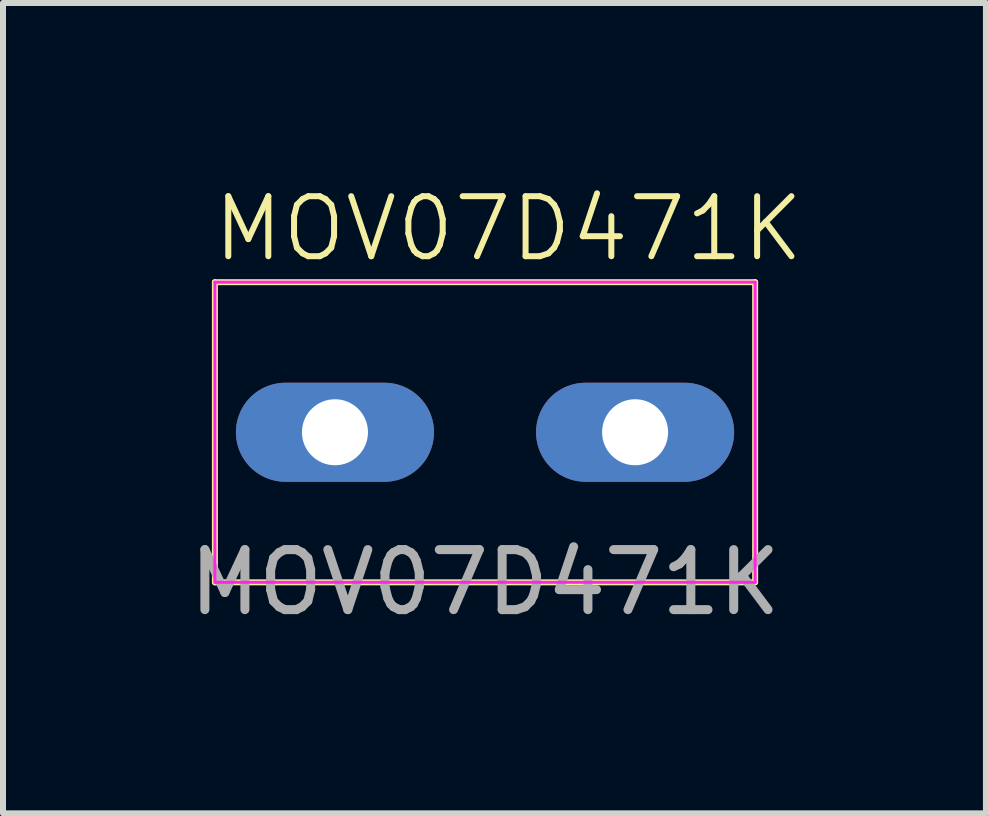
<source format=kicad_pcb>
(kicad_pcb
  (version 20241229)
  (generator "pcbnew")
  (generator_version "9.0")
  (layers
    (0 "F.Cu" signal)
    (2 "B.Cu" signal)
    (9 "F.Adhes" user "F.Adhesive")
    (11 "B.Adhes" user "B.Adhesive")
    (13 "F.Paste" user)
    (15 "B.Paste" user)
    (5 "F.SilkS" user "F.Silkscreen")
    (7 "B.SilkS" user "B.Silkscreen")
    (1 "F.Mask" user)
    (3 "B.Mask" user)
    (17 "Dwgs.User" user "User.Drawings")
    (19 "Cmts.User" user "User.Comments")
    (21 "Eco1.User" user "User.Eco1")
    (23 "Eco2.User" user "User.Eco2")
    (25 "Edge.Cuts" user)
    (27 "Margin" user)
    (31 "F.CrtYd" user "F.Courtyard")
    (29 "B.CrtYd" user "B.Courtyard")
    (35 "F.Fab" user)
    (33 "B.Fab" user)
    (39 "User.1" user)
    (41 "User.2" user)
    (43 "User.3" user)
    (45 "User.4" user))
  (footprint "MOV07D471K"
    (layer "F.Cu")
    (at 5.03 4.151)
    (property "Reference" "MOV07D471K" (at 0.39 -3.39 0) (unlocked yes) (layer "F.SilkS") (effects (font (size 1 1) (thickness 0.1))))
    (attr through_hole)
    (fp_line (start -4.5 -2.5) (end 4.5 -2.5) (stroke (width 0.1) (type solid)) (layer "F.SilkS"))
    (fp_line (start -4.5 2.5) (end -4.5 -2.5) (stroke (width 0.1) (type solid)) (layer "F.SilkS"))
    (fp_line (start 4.5 -2.5) (end 4.5 2.5) (stroke (width 0.1) (type solid)) (layer "F.SilkS"))
    (fp_line (start 4.5 2.5) (end -4.5 2.5) (stroke (width 0.1) (type solid)) (layer "F.SilkS"))
    (fp_line (start -4.5 -2.5) (end 4.5 -2.5) (stroke (width 0.05) (type default)) (layer "F.CrtYd"))
    (fp_line (start -4.5 2.5) (end -4.5 -2.5) (stroke (width 0.05) (type default)) (layer "F.CrtYd"))
    (fp_line (start 4.5 -2.5) (end 4.5 2.5) (stroke (width 0.05) (type default)) (layer "F.CrtYd"))
    (fp_line (start 4.5 2.5) (end -4.5 2.5) (stroke (width 0.05) (type default)) (layer "F.CrtYd"))
    (fp_text user "${REFERENCE}" (at 0 2.5 0) (unlocked yes) (layer "F.Fab") (effects (font (size 1 1) (thickness 0.15))))
    (pad "1" thru_hole oval (at -2.5 0) (size 3.3 1.65) (drill 1.1) (layers "*.Cu" "*.Mask"))
    (pad "2" thru_hole oval (at 2.5 0) (size 3.3 1.65) (drill 1.1) (layers "*.Cu" "*.Mask")))
  (gr_rect
    (start -3 -3)
    (end 13.375 10.499)
    (stroke (width 0.1) (type default))
    (fill no)
    (layer "Edge.Cuts")))
</source>
